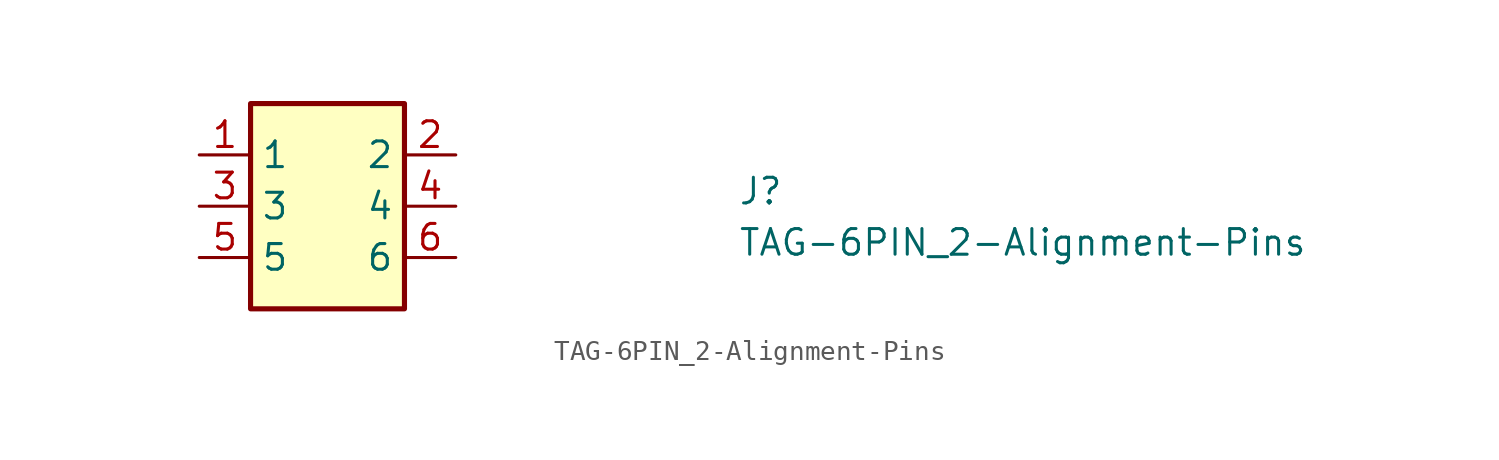
<source format=kicad_sym>
(kicad_symbol_lib
  (version 20211014)
  (generator kicad_symbol_editor)
  (symbol "TAG-6PIN_2-Alignment-Pins"
    (property "Reference" "J"
      (at 26.67 -2.54 0)
      (effects (font (size 1.27 1.27) (thickness 0.15)) (justify left bottom)))
    (property "Value" "TAG-6PIN_2-Alignment-Pins"
      (at 26.67 -5.08 0)
      (effects (font (size 1.27 1.27) (thickness 0.15)) (justify left bottom)))
    (symbol "TAG-6PIN_2-Alignment-Pins_1_1"
      (rectangle (start 10.16 2.54) (end 2.54 -7.62) (stroke (width 0.254) (type default) (color 0 0 0 0)) (fill (type background)))
      (pin passive line (at 0 0 0) (length 2.54) (name "1" (effects (font (size 1.27 1.27)))) (number "1" (effects (font (size 1.27 1.27)))))
      (pin passive line (at 12.7 0 180) (length 2.54) (name "2" (effects (font (size 1.27 1.27)))) (number "2" (effects (font (size 1.27 1.27)))))
      (pin passive line (at 0 -2.54 0) (length 2.54) (name "3" (effects (font (size 1.27 1.27)))) (number "3" (effects (font (size 1.27 1.27)))))
      (pin passive line (at 12.7 -2.54 180) (length 2.54) (name "4" (effects (font (size 1.27 1.27)))) (number "4" (effects (font (size 1.27 1.27)))))
      (pin passive line (at 0 -5.08 0) (length 2.54) (name "5" (effects (font (size 1.27 1.27)))) (number "5" (effects (font (size 1.27 1.27)))))
      (pin passive line (at 12.7 -5.08 180) (length 2.54) (name "6" (effects (font (size 1.27 1.27)))) (number "6" (effects (font (size 1.27 1.27))))))))
</source>
